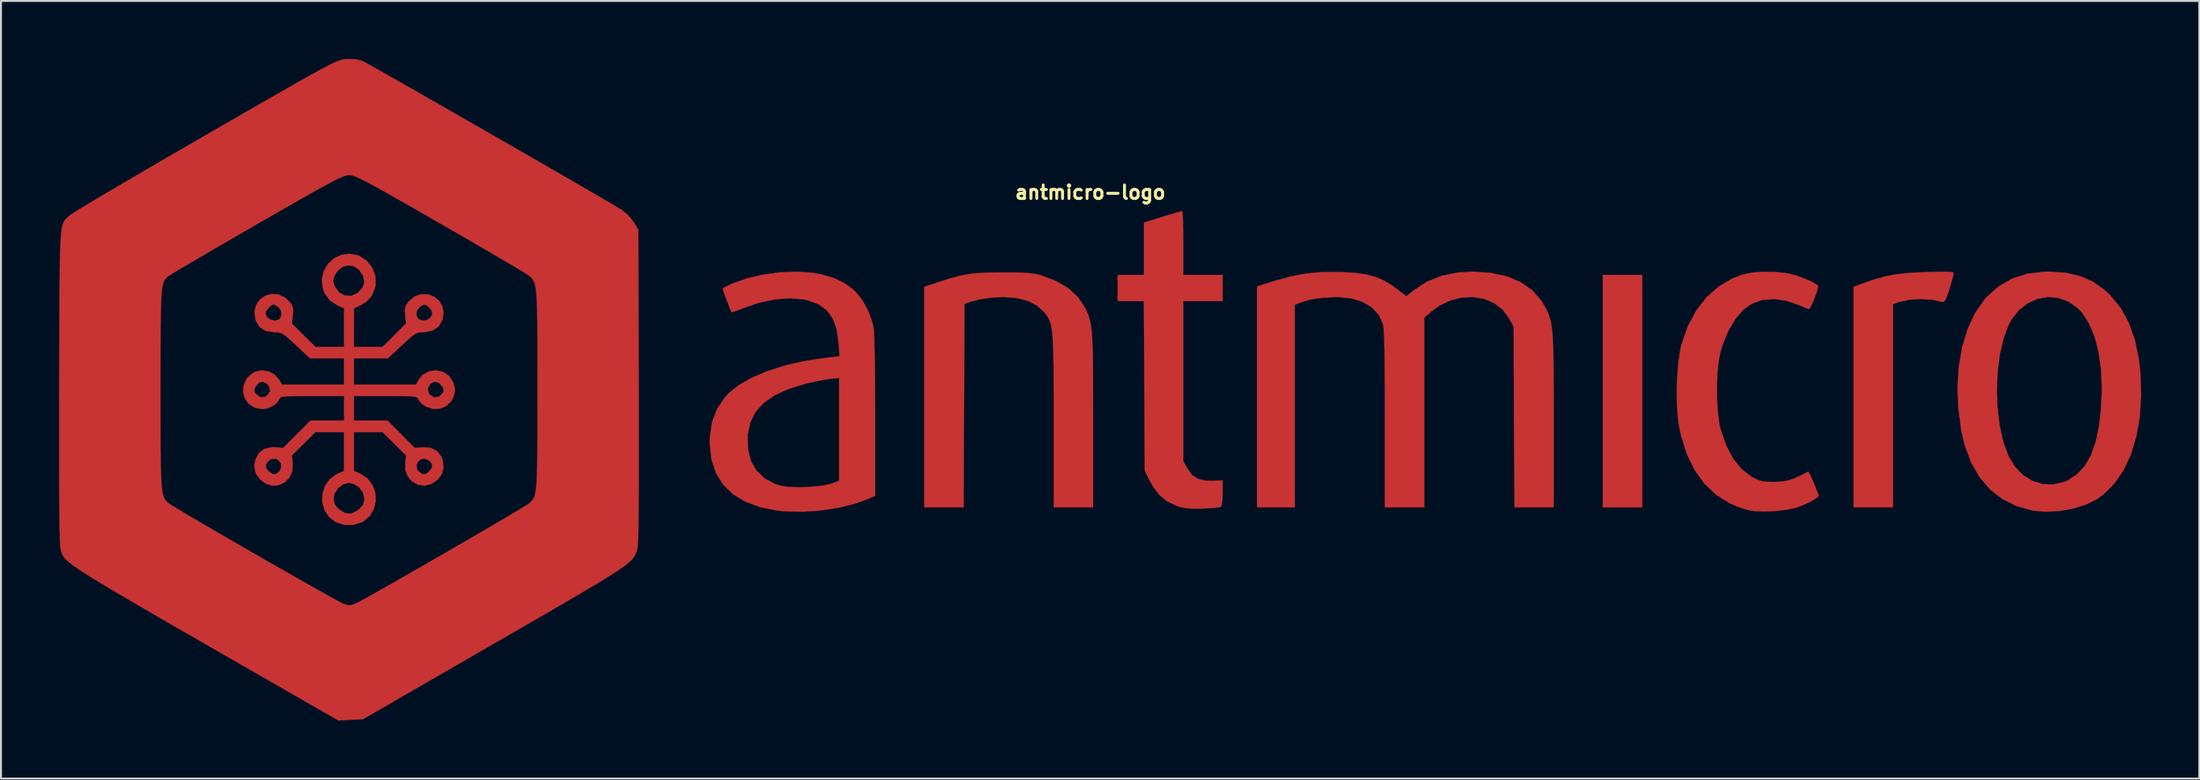
<source format=kicad_pcb>
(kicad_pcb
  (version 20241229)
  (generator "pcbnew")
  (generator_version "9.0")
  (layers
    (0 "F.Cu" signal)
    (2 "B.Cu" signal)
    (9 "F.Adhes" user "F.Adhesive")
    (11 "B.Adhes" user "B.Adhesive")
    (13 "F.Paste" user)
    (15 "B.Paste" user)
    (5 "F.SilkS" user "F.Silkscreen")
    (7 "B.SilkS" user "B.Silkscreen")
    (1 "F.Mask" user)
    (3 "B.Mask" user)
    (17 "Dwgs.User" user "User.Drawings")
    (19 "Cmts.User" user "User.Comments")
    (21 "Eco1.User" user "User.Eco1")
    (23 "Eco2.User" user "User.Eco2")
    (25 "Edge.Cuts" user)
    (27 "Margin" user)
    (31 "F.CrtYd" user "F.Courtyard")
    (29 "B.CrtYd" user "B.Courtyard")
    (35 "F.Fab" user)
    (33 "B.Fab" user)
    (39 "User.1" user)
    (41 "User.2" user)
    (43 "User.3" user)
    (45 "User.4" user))
  (footprint "antmicro-logo"
    (layer "F.Cu")
    (at 57.004 17.609)
    (property "Reference" "antmicro-logo" (at -7.701 -10.301 0) (layer "F.SilkS") (effects (font (size 0.7 0.7) (thickness 0.15)) (justify left bottom)))
    (attr exclude_from_pos_files exclude_from_bom)
    (fp_poly (pts (xy 24.774 5.579) (xy 22.742 5.579) (xy 22.742 -6.443) (xy 24.774 -6.443) (xy 24.774 5.579)) (stroke (width 0.01) (type solid)) (fill yes) (layer "F.Cu"))
    (fp_poly (pts (xy 40.647 -6.599) (xy 40.799 -6.578) (xy 40.858 -6.542) (xy 40.861 -6.531) (xy 40.837 -6.406) (xy 40.773 -6.165) (xy 40.681 -5.849) (xy 40.638 -5.712) (xy 40.525 -5.366) (xy 40.438 -5.157) (xy 40.363 -5.058) (xy 40.285 -5.042) (xy 40.266 -5.047) (xy 39.739 -5.159) (xy 39.151 -5.196) (xy 38.569 -5.159) (xy 38.058 -5.048) (xy 37.961 -5.014) (xy 37.728 -4.923) (xy 37.728 5.579) (xy 35.696 5.579) (xy 35.696 -5.833) (xy 36.31 -6.053) (xy 36.843 -6.232) (xy 37.331 -6.366) (xy 37.82 -6.461) (xy 38.357 -6.526) (xy 38.987 -6.569) (xy 39.443 -6.587) (xy 39.988 -6.603) (xy 40.383 -6.607) (xy 40.647 -6.599)) (stroke (width 0.01) (type solid)) (fill yes) (layer "F.Cu"))
    (fp_poly (pts (xy 1.028 -9.665) (xy 1.043 -9.441) (xy 1.056 -9.099) (xy 1.064 -8.664) (xy 1.067 -8.163) (xy 1.068 -8.094) (xy 1.068 -6.443) (xy 3.1 -6.443) (xy 3.1 -5.088) (xy 1.068 -5.088) (xy 1.068 3.182) (xy 1.26 3.546) (xy 1.508 3.893) (xy 1.826 4.108) (xy 2.241 4.203) (xy 2.571 4.208) (xy 3.1 4.182) (xy 3.1 4.834) (xy 3.085 5.235) (xy 3.041 5.478) (xy 2.994 5.551) (xy 2.868 5.582) (xy 2.615 5.611) (xy 2.276 5.633) (xy 2.041 5.643) (xy 1.577 5.647) (xy 1.227 5.624) (xy 0.937 5.568) (xy 0.746 5.508) (xy 0.231 5.265) (xy -0.179 4.927) (xy -0.519 4.464) (xy -0.626 4.268) (xy -0.922 3.692) (xy -0.946 -0.698) (xy -0.97 -5.088) (xy -2.319 -5.088) (xy -2.319 -6.443) (xy -0.964 -6.443) (xy -0.964 -9.147) (xy -0.006 -9.446) (xy 0.373 -9.563) (xy 0.691 -9.658) (xy 0.915 -9.722) (xy 1.01 -9.745) (xy 1.028 -9.665)) (stroke (width 0.01) (type solid)) (fill yes) (layer "F.Cu"))
    (fp_poly (pts (xy -7.659 -6.566) (xy -7.208 -6.554) (xy -6.862 -6.531) (xy -6.587 -6.494) (xy -6.351 -6.441) (xy -6.26 -6.414) (xy -5.492 -6.121) (xy -4.872 -5.756) (xy -4.39 -5.313) (xy -4.074 -4.854) (xy -3.972 -4.664) (xy -3.886 -4.484) (xy -3.814 -4.3) (xy -3.755 -4.097) (xy -3.707 -3.86) (xy -3.669 -3.573) (xy -3.641 -3.221) (xy -3.62 -2.791) (xy -3.606 -2.266) (xy -3.597 -1.631) (xy -3.592 -0.872) (xy -3.59 0.027) (xy -3.589 1.068) (xy -3.589 5.579) (xy -5.621 5.579) (xy -5.621 1.108) (xy -5.622 0.055) (xy -5.624 -0.843) (xy -5.629 -1.599) (xy -5.639 -2.229) (xy -5.654 -2.746) (xy -5.676 -3.165) (xy -5.707 -3.5) (xy -5.747 -3.765) (xy -5.798 -3.974) (xy -5.862 -4.141) (xy -5.939 -4.282) (xy -6.031 -4.409) (xy -6.139 -4.537) (xy -6.146 -4.544) (xy -6.496 -4.86) (xy -6.923 -5.082) (xy -7.463 -5.227) (xy -7.665 -5.259) (xy -8.233 -5.296) (xy -8.861 -5.265) (xy -9.471 -5.174) (xy -9.916 -5.055) (xy -10.235 -4.944) (xy -10.257 0.318) (xy -10.279 5.579) (xy -12.31 5.579) (xy -12.31 -5.829) (xy -11.527 -6.086) (xy -10.988 -6.256) (xy -10.53 -6.382) (xy -10.107 -6.469) (xy -9.675 -6.524) (xy -9.188 -6.555) (xy -8.6 -6.567) (xy -8.246 -6.569) (xy -7.659 -6.566)) (stroke (width 0.01) (type solid)) (fill yes) (layer "F.Cu"))
    (fp_poly (pts (xy 16.95 -6.549) (xy 17.776 -6.369) (xy 18.487 -6.071) (xy 19.079 -5.657) (xy 19.55 -5.128) (xy 19.775 -4.75) (xy 19.865 -4.567) (xy 19.941 -4.391) (xy 20.005 -4.206) (xy 20.057 -3.996) (xy 20.099 -3.748) (xy 20.132 -3.446) (xy 20.158 -3.075) (xy 20.176 -2.62) (xy 20.188 -2.067) (xy 20.196 -1.4) (xy 20.2 -0.603) (xy 20.202 0.337) (xy 20.202 1.096) (xy 20.202 5.579) (xy 18.176 5.579) (xy 18.152 0.902) (xy 18.128 -3.776) (xy 17.881 -4.222) (xy 17.545 -4.666) (xy 17.108 -4.994) (xy 16.594 -5.205) (xy 16.03 -5.298) (xy 15.439 -5.269) (xy 14.847 -5.118) (xy 14.279 -4.841) (xy 13.873 -4.542) (xy 13.513 -4.229) (xy 13.513 5.579) (xy 11.481 5.579) (xy 11.481 0.996) (xy 11.48 -0.154) (xy 11.475 -1.14) (xy 11.468 -1.968) (xy 11.457 -2.643) (xy 11.443 -3.171) (xy 11.425 -3.558) (xy 11.403 -3.808) (xy 11.385 -3.91) (xy 11.158 -4.389) (xy 10.799 -4.772) (xy 10.317 -5.055) (xy 9.725 -5.233) (xy 9.032 -5.301) (xy 8.33 -5.265) (xy 7.947 -5.218) (xy 7.673 -5.174) (xy 7.446 -5.119) (xy 7.206 -5.04) (xy 7.058 -4.986) (xy 6.825 -4.899) (xy 6.825 5.579) (xy 4.878 5.579) (xy 4.878 -5.843) (xy 5.684 -6.101) (xy 6.592 -6.358) (xy 7.441 -6.518) (xy 8.302 -6.592) (xy 9.195 -6.591) (xy 9.913 -6.549) (xy 10.5 -6.468) (xy 10.996 -6.339) (xy 11.438 -6.149) (xy 11.863 -5.889) (xy 12.038 -5.761) (xy 12.594 -5.341) (xy 12.948 -5.628) (xy 13.633 -6.081) (xy 14.403 -6.394) (xy 15.264 -6.568) (xy 16.011 -6.61) (xy 16.95 -6.549)) (stroke (width 0.01) (type solid)) (fill yes) (layer "F.Cu"))
    (fp_poly (pts (xy 46.634 -6.555) (xy 47.391 -6.382) (xy 48.061 -6.086) (xy 48.666 -5.657) (xy 48.946 -5.395) (xy 49.482 -4.739) (xy 49.907 -3.968) (xy 50.222 -3.076) (xy 50.43 -2.059) (xy 50.503 -1.4) (xy 50.544 -0.216) (xy 50.474 0.891) (xy 50.298 1.911) (xy 50.019 2.833) (xy 49.641 3.647) (xy 49.166 4.342) (xy 48.599 4.908) (xy 48.247 5.162) (xy 47.692 5.437) (xy 47.032 5.643) (xy 46.318 5.768) (xy 45.604 5.805) (xy 44.954 5.746) (xy 44.119 5.517) (xy 43.379 5.15) (xy 42.736 4.647) (xy 42.196 4.012) (xy 41.759 3.25) (xy 41.43 2.362) (xy 41.251 1.59) (xy 41.1 0.443) (xy 41.068 -0.478) (xy 43.092 -0.478) (xy 43.129 0.467) (xy 43.242 1.376) (xy 43.432 2.211) (xy 43.689 2.916) (xy 44.02 3.472) (xy 44.44 3.907) (xy 44.927 4.211) (xy 45.46 4.378) (xy 46.019 4.397) (xy 46.58 4.26) (xy 46.767 4.177) (xy 47.243 3.864) (xy 47.637 3.436) (xy 47.954 2.883) (xy 48.198 2.198) (xy 48.372 1.371) (xy 48.474 0.499) (xy 48.517 -0.563) (xy 48.474 -1.552) (xy 48.347 -2.454) (xy 48.14 -3.253) (xy 47.855 -3.935) (xy 47.497 -4.484) (xy 47.275 -4.721) (xy 46.792 -5.063) (xy 46.267 -5.254) (xy 45.725 -5.3) (xy 45.189 -5.206) (xy 44.683 -4.977) (xy 44.229 -4.62) (xy 43.851 -4.14) (xy 43.705 -3.869) (xy 43.438 -3.155) (xy 43.247 -2.326) (xy 43.132 -1.422) (xy 43.092 -0.478) (xy 41.068 -0.478) (xy 41.062 -0.672) (xy 41.132 -1.737) (xy 41.309 -2.735) (xy 41.587 -3.648) (xy 41.965 -4.458) (xy 42.438 -5.148) (xy 42.578 -5.308) (xy 43.186 -5.85) (xy 43.874 -6.246) (xy 44.646 -6.497) (xy 45.507 -6.606) (xy 45.768 -6.611) (xy 46.634 -6.555)) (stroke (width 0.01) (type solid)) (fill yes) (layer "F.Cu"))
    (fp_poly (pts (xy 31.592 -6.597) (xy 32.149 -6.543) (xy 32.459 -6.485) (xy 32.779 -6.393) (xy 33.122 -6.268) (xy 33.444 -6.129) (xy 33.702 -5.997) (xy 33.849 -5.889) (xy 33.861 -5.873) (xy 33.852 -5.768) (xy 33.791 -5.561) (xy 33.697 -5.301) (xy 33.59 -5.037) (xy 33.488 -4.818) (xy 33.411 -4.691) (xy 33.391 -4.677) (xy 33.286 -4.708) (xy 33.078 -4.791) (xy 32.868 -4.884) (xy 32.22 -5.109) (xy 31.579 -5.196) (xy 30.974 -5.145) (xy 30.443 -4.96) (xy 30 -4.643) (xy 29.594 -4.177) (xy 29.238 -3.584) (xy 28.944 -2.881) (xy 28.819 -2.476) (xy 28.721 -1.977) (xy 28.658 -1.362) (xy 28.63 -0.683) (xy 28.637 0.012) (xy 28.679 0.672) (xy 28.756 1.246) (xy 28.82 1.529) (xy 29.107 2.37) (xy 29.468 3.06) (xy 29.905 3.6) (xy 30.418 3.993) (xy 30.458 4.016) (xy 30.717 4.147) (xy 30.946 4.223) (xy 31.208 4.257) (xy 31.572 4.264) (xy 31.59 4.264) (xy 31.971 4.247) (xy 32.306 4.191) (xy 32.645 4.078) (xy 33.04 3.895) (xy 33.336 3.738) (xy 33.373 3.762) (xy 33.437 3.873) (xy 33.536 4.089) (xy 33.678 4.427) (xy 33.87 4.905) (xy 33.889 4.95) (xy 33.841 5.042) (xy 33.669 5.169) (xy 33.407 5.315) (xy 33.091 5.459) (xy 32.756 5.583) (xy 32.669 5.609) (xy 32.213 5.706) (xy 31.665 5.769) (xy 31.096 5.792) (xy 30.579 5.772) (xy 30.362 5.744) (xy 30.045 5.663) (xy 29.663 5.529) (xy 29.304 5.373) (xy 28.601 4.936) (xy 27.994 4.362) (xy 27.486 3.654) (xy 27.08 2.817) (xy 26.777 1.855) (xy 26.676 1.386) (xy 26.603 0.832) (xy 26.564 0.175) (xy 26.559 -0.537) (xy 26.586 -1.256) (xy 26.643 -1.934) (xy 26.729 -2.525) (xy 26.802 -2.845) (xy 27.131 -3.782) (xy 27.565 -4.599) (xy 28.1 -5.289) (xy 28.729 -5.846) (xy 29.446 -6.265) (xy 30.018 -6.477) (xy 30.463 -6.564) (xy 31.009 -6.604) (xy 31.592 -6.597)) (stroke (width 0.01) (type solid)) (fill yes) (layer "F.Cu"))
    (fp_poly (pts (xy -18.101 -6.555) (xy -17.565 -6.455) (xy -16.957 -6.268) (xy -16.466 -6.037) (xy -16.042 -5.734) (xy -15.833 -5.541) (xy -15.525 -5.157) (xy -15.249 -4.665) (xy -15.035 -4.127) (xy -14.936 -3.743) (xy -14.917 -3.552) (xy -14.899 -3.207) (xy -14.884 -2.72) (xy -14.871 -2.106) (xy -14.861 -1.379) (xy -14.854 -0.553) (xy -14.85 0.358) (xy -14.85 0.846) (xy -14.85 4.979) (xy -15.247 5.154) (xy -15.957 5.41) (xy -16.78 5.607) (xy -17.667 5.74) (xy -18.57 5.803) (xy -19.439 5.789) (xy -19.897 5.745) (xy -20.795 5.566) (xy -21.563 5.281) (xy -22.198 4.893) (xy -22.7 4.403) (xy -23.067 3.812) (xy -23.298 3.122) (xy -23.39 2.335) (xy -23.386 1.941) (xy -23.375 1.866) (xy -21.435 1.866) (xy -21.419 2.566) (xy -21.267 3.172) (xy -20.981 3.677) (xy -20.566 4.077) (xy -20.024 4.367) (xy -19.765 4.453) (xy -19.433 4.51) (xy -18.99 4.536) (xy -18.487 4.533) (xy -17.98 4.503) (xy -17.522 4.448) (xy -17.166 4.371) (xy -17.115 4.354) (xy -16.712 4.209) (xy -16.712 -1.121) (xy -17.199 -1.063) (xy -17.51 -1.014) (xy -17.912 -0.935) (xy -18.334 -0.84) (xy -18.467 -0.808) (xy -19.335 -0.541) (xy -20.048 -0.213) (xy -20.609 0.179) (xy -21.024 0.64) (xy -21.295 1.173) (xy -21.428 1.782) (xy -21.435 1.866) (xy -23.375 1.866) (xy -23.275 1.178) (xy -23.02 0.5) (xy -22.615 -0.101) (xy -22.385 -0.348) (xy -21.875 -0.752) (xy -21.22 -1.125) (xy -20.441 -1.458) (xy -19.56 -1.741) (xy -18.6 -1.968) (xy -17.582 -2.131) (xy -17.567 -2.132) (xy -16.689 -2.239) (xy -16.74 -2.958) (xy -16.838 -3.636) (xy -17.033 -4.18) (xy -17.333 -4.601) (xy -17.748 -4.91) (xy -18.285 -5.117) (xy -18.542 -5.175) (xy -19.242 -5.236) (xy -20.02 -5.178) (xy -20.84 -5.005) (xy -21.665 -4.725) (xy -21.738 -4.695) (xy -21.998 -4.592) (xy -22.189 -4.528) (xy -22.265 -4.517) (xy -22.308 -4.606) (xy -22.389 -4.805) (xy -22.49 -5.065) (xy -22.591 -5.335) (xy -22.674 -5.567) (xy -22.72 -5.71) (xy -22.724 -5.73) (xy -22.653 -5.785) (xy -22.469 -5.883) (xy -22.262 -5.979) (xy -21.502 -6.254) (xy -20.659 -6.454) (xy -19.781 -6.574) (xy -18.912 -6.609) (xy -18.101 -6.555)) (stroke (width 0.01) (type solid)) (fill yes) (layer "F.Cu"))
    (fp_poly (pts (xy -41.703 -17.596) (xy -41.353 -17.516) (xy -41.347 -17.514) (xy -41.237 -17.456) (xy -40.993 -17.321) (xy -40.628 -17.117) (xy -40.156 -16.849) (xy -39.589 -16.527) (xy -38.94 -16.157) (xy -38.222 -15.747) (xy -37.448 -15.304) (xy -36.631 -14.835) (xy -35.784 -14.349) (xy -34.919 -13.852) (xy -34.051 -13.353) (xy -33.19 -12.857) (xy -32.352 -12.374) (xy -31.548 -11.91) (xy -30.791 -11.472) (xy -30.095 -11.069) (xy -29.472 -10.707) (xy -28.936 -10.395) (xy -28.498 -10.138) (xy -28.173 -9.946) (xy -27.972 -9.825) (xy -27.949 -9.811) (xy -27.59 -9.516) (xy -27.314 -9.163) (xy -27.084 -8.772) (xy -27.061 -0.701) (xy -27.058 0.843) (xy -27.057 2.236) (xy -27.058 3.477) (xy -27.061 4.562) (xy -27.067 5.49) (xy -27.075 6.259) (xy -27.085 6.866) (xy -27.097 7.31) (xy -27.112 7.589) (xy -27.125 7.689) (xy -27.159 7.817) (xy -27.196 7.933) (xy -27.244 8.044) (xy -27.312 8.155) (xy -27.408 8.273) (xy -27.542 8.403) (xy -27.722 8.551) (xy -27.957 8.723) (xy -28.256 8.925) (xy -28.628 9.162) (xy -29.081 9.441) (xy -29.624 9.767) (xy -30.266 10.146) (xy -31.016 10.585) (xy -31.883 11.088) (xy -32.874 11.662) (xy -34 12.313) (xy -34.502 12.602) (xy -41.308 16.535) (xy -41.943 16.568) (xy -42.578 16.6) (xy -45.076 15.164) (xy -46.605 14.284) (xy -47.995 13.485) (xy -49.252 12.762) (xy -50.382 12.111) (xy -51.393 11.528) (xy -52.291 11.007) (xy -53.084 10.546) (xy -53.778 10.139) (xy -54.379 9.783) (xy -54.895 9.473) (xy -55.333 9.204) (xy -55.699 8.973) (xy -56 8.775) (xy -56.242 8.607) (xy -56.434 8.462) (xy -56.58 8.338) (xy -56.69 8.231) (xy -56.768 8.135) (xy -56.822 8.046) (xy -56.859 7.96) (xy -56.885 7.874) (xy -56.908 7.782) (xy -56.931 7.689) (xy -56.947 7.541) (xy -56.961 7.225) (xy -56.973 6.744) (xy -56.983 6.1) (xy -56.99 5.294) (xy -56.995 4.33) (xy -56.998 3.208) (xy -56.999 1.932) (xy -56.997 0.502) (xy -56.995 -0.517) (xy -51.765 -0.517) (xy -51.764 0.584) (xy -51.763 1.528) (xy -51.761 2.329) (xy -51.755 2.999) (xy -51.746 3.552) (xy -51.732 3.999) (xy -51.712 4.356) (xy -51.686 4.633) (xy -51.653 4.845) (xy -51.61 5.003) (xy -51.559 5.122) (xy -51.497 5.214) (xy -51.424 5.292) (xy -51.338 5.368) (xy -51.331 5.374) (xy -51.217 5.452) (xy -50.973 5.603) (xy -50.615 5.818) (xy -50.157 6.09) (xy -49.617 6.407) (xy -49.01 6.762) (xy -48.352 7.144) (xy -47.659 7.545) (xy -46.947 7.956) (xy -46.232 8.367) (xy -45.529 8.769) (xy -44.856 9.154) (xy -44.227 9.511) (xy -43.659 9.832) (xy -43.168 10.107) (xy -42.77 10.328) (xy -42.48 10.485) (xy -42.314 10.568) (xy -42.288 10.579) (xy -42.078 10.636) (xy -41.931 10.639) (xy -41.758 10.584) (xy -41.654 10.541) (xy -41.513 10.47) (xy -41.245 10.325) (xy -40.865 10.114) (xy -40.391 9.846) (xy -39.836 9.532) (xy -39.219 9.179) (xy -38.555 8.798) (xy -37.86 8.398) (xy -37.149 7.988) (xy -36.44 7.577) (xy -35.748 7.175) (xy -35.089 6.791) (xy -34.479 6.434) (xy -33.935 6.113) (xy -33.471 5.838) (xy -33.105 5.618) (xy -32.853 5.462) (xy -32.729 5.38) (xy -32.725 5.376) (xy -32.638 5.299) (xy -32.564 5.221) (xy -32.501 5.13) (xy -32.449 5.013) (xy -32.406 4.858) (xy -32.372 4.651) (xy -32.345 4.379) (xy -32.325 4.03) (xy -32.311 3.589) (xy -32.301 3.046) (xy -32.295 2.386) (xy -32.292 1.596) (xy -32.291 0.664) (xy -32.291 -0.423) (xy -32.291 -0.517) (xy -32.291 -1.622) (xy -32.292 -2.571) (xy -32.295 -3.376) (xy -32.3 -4.051) (xy -32.31 -4.607) (xy -32.325 -5.059) (xy -32.347 -5.418) (xy -32.376 -5.698) (xy -32.414 -5.912) (xy -32.461 -6.071) (xy -32.52 -6.191) (xy -32.59 -6.282) (xy -32.674 -6.358) (xy -32.772 -6.432) (xy -32.811 -6.461) (xy -32.936 -6.541) (xy -33.193 -6.697) (xy -33.569 -6.921) (xy -34.049 -7.204) (xy -34.621 -7.539) (xy -35.269 -7.917) (xy -35.98 -8.33) (xy -36.739 -8.77) (xy -37.379 -9.139) (xy -38.294 -9.666) (xy -39.075 -10.113) (xy -39.732 -10.487) (xy -40.279 -10.795) (xy -40.726 -11.042) (xy -41.086 -11.235) (xy -41.37 -11.38) (xy -41.59 -11.484) (xy -41.758 -11.552) (xy -41.885 -11.591) (xy -41.983 -11.607) (xy -42.019 -11.608) (xy -42.107 -11.6) (xy -42.22 -11.572) (xy -42.367 -11.517) (xy -42.562 -11.431) (xy -42.814 -11.305) (xy -43.137 -11.135) (xy -43.541 -10.914) (xy -44.038 -10.636) (xy -44.64 -10.295) (xy -45.357 -9.885) (xy -46.203 -9.399) (xy -46.794 -9.057) (xy -47.59 -8.597) (xy -48.346 -8.159) (xy -49.047 -7.751) (xy -49.681 -7.381) (xy -50.234 -7.056) (xy -50.693 -6.785) (xy -51.045 -6.575) (xy -51.277 -6.433) (xy -51.374 -6.369) (xy -51.452 -6.299) (xy -51.519 -6.225) (xy -51.575 -6.134) (xy -51.622 -6.013) (xy -51.661 -5.85) (xy -51.692 -5.631) (xy -51.716 -5.344) (xy -51.734 -4.975) (xy -51.747 -4.513) (xy -51.756 -3.943) (xy -51.761 -3.254) (xy -51.763 -2.432) (xy -51.764 -1.464) (xy -51.765 -0.517) (xy -56.995 -0.517) (xy -56.994 -0.701) (xy -56.991 -2.073) (xy -56.988 -3.286) (xy -56.984 -4.35) (xy -56.98 -5.276) (xy -56.975 -6.074) (xy -56.967 -6.754) (xy -56.956 -7.327) (xy -56.943 -7.803) (xy -56.925 -8.192) (xy -56.902 -8.505) (xy -56.874 -8.752) (xy -56.84 -8.943) (xy -56.799 -9.089) (xy -56.751 -9.2) (xy -56.695 -9.286) (xy -56.63 -9.357) (xy -56.556 -9.425) (xy -56.473 -9.499) (xy -56.437 -9.532) (xy -56.329 -9.608) (xy -56.085 -9.761) (xy -55.716 -9.986) (xy -55.232 -10.277) (xy -54.644 -10.626) (xy -53.963 -11.028) (xy -53.2 -11.476) (xy -52.365 -11.965) (xy -51.469 -12.487) (xy -50.523 -13.036) (xy -49.538 -13.606) (xy -49.433 -13.667) (xy -48.284 -14.33) (xy -47.272 -14.914) (xy -46.388 -15.423) (xy -45.622 -15.863) (xy -44.965 -16.238) (xy -44.407 -16.555) (xy -43.938 -16.817) (xy -43.549 -17.031) (xy -43.231 -17.201) (xy -42.974 -17.333) (xy -42.769 -17.431) (xy -42.605 -17.501) (xy -42.475 -17.548) (xy -42.367 -17.577) (xy -42.273 -17.593) (xy -42.183 -17.602) (xy -42.157 -17.604) (xy -41.703 -17.596)) (stroke (width 0.01) (type solid)) (fill yes) (layer "F.Cu"))
    (fp_poly (pts (xy -41.572 -7.457) (xy -41.496 -7.427) (xy -41.107 -7.175) (xy -40.824 -6.815) (xy -40.665 -6.387) (xy -40.65 -5.928) (xy -40.671 -5.815) (xy -40.839 -5.381) (xy -41.13 -5.056) (xy -41.423 -4.877) (xy -41.774 -4.708) (xy -41.774 -2.718) (xy -40.296 -2.718) (xy -39.688 -3.322) (xy -39.079 -3.927) (xy -39.124 -4.362) (xy -39.125 -4.371) (xy -38.55 -4.371) (xy -38.455 -4.174) (xy -38.258 -4.082) (xy -38.019 -4.102) (xy -37.843 -4.206) (xy -37.722 -4.404) (xy -37.764 -4.607) (xy -37.879 -4.75) (xy -38.04 -4.886) (xy -38.174 -4.9) (xy -38.355 -4.797) (xy -38.368 -4.787) (xy -38.518 -4.6) (xy -38.55 -4.371) (xy -39.125 -4.371) (xy -39.14 -4.641) (xy -39.103 -4.831) (xy -38.992 -5.006) (xy -38.942 -5.068) (xy -38.634 -5.328) (xy -38.296 -5.447) (xy -37.955 -5.44) (xy -37.641 -5.323) (xy -37.381 -5.112) (xy -37.205 -4.822) (xy -37.142 -4.469) (xy -37.201 -4.117) (xy -37.392 -3.783) (xy -37.698 -3.569) (xy -38.106 -3.481) (xy -38.176 -3.48) (xy -38.352 -3.474) (xy -38.499 -3.442) (xy -38.649 -3.365) (xy -38.835 -3.223) (xy -39.09 -2.995) (xy -39.297 -2.802) (xy -40.021 -2.125) (xy -41.774 -2.125) (xy -41.774 -0.771) (xy -38.561 -0.771) (xy -38.435 -1.013) (xy -38.206 -1.289) (xy -37.89 -1.454) (xy -37.533 -1.503) (xy -37.179 -1.431) (xy -36.876 -1.232) (xy -36.847 -1.201) (xy -36.628 -0.858) (xy -36.555 -0.508) (xy -36.608 -0.176) (xy -36.766 0.114) (xy -37.009 0.338) (xy -37.317 0.472) (xy -37.669 0.49) (xy -38.045 0.369) (xy -38.121 0.326) (xy -38.317 0.172) (xy -38.438 0.015) (xy -38.448 -0.013) (xy -38.472 -0.07) (xy -38.524 -0.112) (xy -38.626 -0.141) (xy -38.802 -0.16) (xy -39.074 -0.171) (xy -39.466 -0.176) (xy -39.999 -0.178) (xy -40.133 -0.178) (xy -41.774 -0.178) (xy -41.774 1.092) (xy -40.034 1.092) (xy -38.629 2.505) (xy -38.233 2.471) (xy -37.808 2.501) (xy -37.478 2.666) (xy -37.254 2.959) (xy -37.195 3.112) (xy -37.138 3.517) (xy -37.235 3.867) (xy -37.447 4.145) (xy -37.775 4.374) (xy -38.124 4.457) (xy -38.462 4.41) (xy -38.761 4.247) (xy -38.989 3.984) (xy -39.116 3.636) (xy -39.121 3.382) (xy -38.54 3.382) (xy -38.513 3.592) (xy -38.432 3.714) (xy -38.239 3.863) (xy -38.053 3.851) (xy -37.879 3.717) (xy -37.732 3.51) (xy -37.746 3.325) (xy -37.872 3.173) (xy -38.086 3.063) (xy -38.292 3.083) (xy -38.455 3.201) (xy -38.54 3.382) (xy -39.121 3.382) (xy -39.123 3.297) (xy -39.076 2.897) (xy -40.296 1.685) (xy -41.774 1.685) (xy -41.774 3.691) (xy -41.425 3.849) (xy -41.058 4.096) (xy -40.806 4.435) (xy -40.668 4.831) (xy -40.645 5.25) (xy -40.739 5.658) (xy -40.951 6.02) (xy -41.281 6.303) (xy -41.356 6.344) (xy -41.799 6.483) (xy -42.271 6.483) (xy -42.71 6.344) (xy -42.718 6.34) (xy -43.065 6.071) (xy -43.293 5.717) (xy -43.404 5.313) (xy -43.401 5.114) (xy -42.824 5.114) (xy -42.789 5.366) (xy -42.66 5.569) (xy -42.551 5.675) (xy -42.238 5.875) (xy -41.93 5.905) (xy -41.619 5.767) (xy -41.504 5.675) (xy -41.315 5.465) (xy -41.239 5.247) (xy -41.232 5.114) (xy -41.308 4.806) (xy -41.507 4.54) (xy -41.782 4.36) (xy -42.028 4.309) (xy -42.332 4.387) (xy -42.596 4.587) (xy -42.774 4.865) (xy -42.824 5.114) (xy -43.401 5.114) (xy -43.397 4.892) (xy -43.276 4.49) (xy -43.04 4.14) (xy -42.691 3.877) (xy -42.631 3.849) (xy -42.282 3.691) (xy -42.282 1.685) (xy -43.76 1.685) (xy -44.98 2.897) (xy -44.933 3.297) (xy -44.954 3.703) (xy -45.101 4.037) (xy -45.344 4.284) (xy -45.651 4.427) (xy -45.994 4.453) (xy -46.341 4.344) (xy -46.608 4.145) (xy -46.844 3.82) (xy -46.919 3.465) (xy -46.901 3.36) (xy -46.324 3.36) (xy -46.308 3.547) (xy -46.177 3.717) (xy -45.97 3.864) (xy -45.786 3.85) (xy -45.629 3.72) (xy -45.523 3.502) (xy -45.551 3.281) (xy -45.698 3.115) (xy -45.8 3.073) (xy -46.05 3.085) (xy -46.18 3.17) (xy -46.324 3.36) (xy -46.901 3.36) (xy -46.86 3.112) (xy -46.681 2.769) (xy -46.392 2.552) (xy -46.005 2.467) (xy -45.823 2.471) (xy -45.427 2.505) (xy -44.021 1.092) (xy -42.282 1.092) (xy -42.282 -0.178) (xy -43.927 -0.178) (xy -44.494 -0.177) (xy -44.914 -0.173) (xy -45.21 -0.164) (xy -45.406 -0.147) (xy -45.524 -0.12) (xy -45.588 -0.081) (xy -45.62 -0.027) (xy -45.628 -0.003) (xy -45.765 0.192) (xy -46.01 0.363) (xy -46.304 0.475) (xy -46.498 0.499) (xy -46.889 0.428) (xy -47.195 0.237) (xy -47.401 -0.044) (xy -47.495 -0.381) (xy -47.485 -0.497) (xy -46.927 -0.497) (xy -46.902 -0.375) (xy -46.817 -0.268) (xy -46.595 -0.115) (xy -46.369 -0.126) (xy -46.225 -0.226) (xy -46.103 -0.444) (xy -46.129 -0.586) (xy -37.951 -0.586) (xy -37.919 -0.349) (xy -37.831 -0.226) (xy -37.614 -0.104) (xy -37.387 -0.147) (xy -37.239 -0.268) (xy -37.136 -0.409) (xy -37.141 -0.536) (xy -37.207 -0.67) (xy -37.387 -0.866) (xy -37.602 -0.921) (xy -37.811 -0.826) (xy -37.826 -0.811) (xy -37.951 -0.586) (xy -46.129 -0.586) (xy -46.145 -0.672) (xy -46.255 -0.807) (xy -46.473 -0.921) (xy -46.679 -0.869) (xy -46.848 -0.67) (xy -46.927 -0.497) (xy -47.485 -0.497) (xy -47.464 -0.743) (xy -47.293 -1.097) (xy -47.209 -1.201) (xy -46.907 -1.422) (xy -46.554 -1.507) (xy -46.194 -1.461) (xy -45.869 -1.288) (xy -45.639 -1.023) (xy -45.49 -0.771) (xy -42.282 -0.771) (xy -42.282 -2.125) (xy -44.035 -2.125) (xy -44.759 -2.802) (xy -45.071 -3.092) (xy -45.295 -3.284) (xy -45.462 -3.4) (xy -45.607 -3.458) (xy -45.763 -3.478) (xy -45.903 -3.48) (xy -46.319 -3.541) (xy -46.624 -3.727) (xy -46.825 -4.044) (xy -46.863 -4.154) (xy -46.9 -4.46) (xy -46.346 -4.46) (xy -46.273 -4.266) (xy -46.094 -4.132) (xy -45.87 -4.078) (xy -45.659 -4.129) (xy -45.601 -4.174) (xy -45.506 -4.374) (xy -45.539 -4.602) (xy -45.687 -4.787) (xy -45.85 -4.886) (xy -45.941 -4.919) (xy -46.064 -4.856) (xy -46.21 -4.709) (xy -46.32 -4.545) (xy -46.346 -4.46) (xy -46.9 -4.46) (xy -46.911 -4.551) (xy -46.823 -4.895) (xy -46.627 -5.171) (xy -46.354 -5.362) (xy -46.031 -5.455) (xy -45.687 -5.435) (xy -45.352 -5.285) (xy -45.114 -5.068) (xy -44.978 -4.881) (xy -44.92 -4.704) (xy -44.922 -4.46) (xy -44.932 -4.362) (xy -44.977 -3.927) (xy -44.368 -3.322) (xy -43.76 -2.718) (xy -42.282 -2.718) (xy -42.282 -4.717) (xy -42.618 -4.866) (xy -43.013 -5.121) (xy -43.279 -5.485) (xy -43.382 -5.765) (xy -43.422 -6.163) (xy -42.843 -6.163) (xy -42.811 -5.969) (xy -42.75 -5.826) (xy -42.534 -5.534) (xy -42.245 -5.375) (xy -41.923 -5.359) (xy -41.604 -5.495) (xy -41.567 -5.523) (xy -41.317 -5.793) (xy -41.233 -6.085) (xy -41.3 -6.394) (xy -41.505 -6.711) (xy -41.776 -6.892) (xy -42.078 -6.938) (xy -42.376 -6.85) (xy -42.635 -6.628) (xy -42.786 -6.368) (xy -42.843 -6.163) (xy -43.422 -6.163) (xy -43.428 -6.22) (xy -43.331 -6.64) (xy -43.116 -7.004) (xy -42.808 -7.289) (xy -42.432 -7.474) (xy -42.011 -7.537) (xy -41.572 -7.457)) (stroke (width 0.01) (type solid)) (fill yes) (layer "F.Cu"))
    (fp_poly (pts (xy 24.774 5.579) (xy 22.742 5.579) (xy 22.742 -6.443) (xy 24.774 -6.443) (xy 24.774 5.579)) (stroke (width 0.01) (type solid)) (fill yes) (layer "F.Mask"))
    (fp_poly (pts (xy 40.647 -6.599) (xy 40.799 -6.578) (xy 40.858 -6.542) (xy 40.861 -6.531) (xy 40.837 -6.406) (xy 40.773 -6.165) (xy 40.681 -5.849) (xy 40.638 -5.712) (xy 40.525 -5.366) (xy 40.438 -5.157) (xy 40.363 -5.058) (xy 40.285 -5.042) (xy 40.266 -5.047) (xy 39.739 -5.159) (xy 39.151 -5.196) (xy 38.569 -5.159) (xy 38.058 -5.048) (xy 37.961 -5.014) (xy 37.728 -4.923) (xy 37.728 5.579) (xy 35.696 5.579) (xy 35.696 -5.833) (xy 36.31 -6.053) (xy 36.843 -6.232) (xy 37.331 -6.366) (xy 37.82 -6.461) (xy 38.357 -6.526) (xy 38.987 -6.569) (xy 39.443 -6.587) (xy 39.988 -6.603) (xy 40.383 -6.607) (xy 40.647 -6.599)) (stroke (width 0.01) (type solid)) (fill yes) (layer "F.Mask"))
    (fp_poly (pts (xy 1.028 -9.665) (xy 1.043 -9.441) (xy 1.056 -9.099) (xy 1.064 -8.664) (xy 1.067 -8.163) (xy 1.068 -8.094) (xy 1.068 -6.443) (xy 3.1 -6.443) (xy 3.1 -5.088) (xy 1.068 -5.088) (xy 1.068 3.182) (xy 1.26 3.546) (xy 1.508 3.893) (xy 1.826 4.108) (xy 2.241 4.203) (xy 2.571 4.208) (xy 3.1 4.182) (xy 3.1 4.834) (xy 3.085 5.235) (xy 3.041 5.478) (xy 2.994 5.551) (xy 2.868 5.582) (xy 2.615 5.611) (xy 2.276 5.633) (xy 2.041 5.643) (xy 1.577 5.647) (xy 1.227 5.624) (xy 0.937 5.568) (xy 0.746 5.508) (xy 0.231 5.265) (xy -0.179 4.927) (xy -0.519 4.464) (xy -0.626 4.268) (xy -0.922 3.692) (xy -0.946 -0.698) (xy -0.97 -5.088) (xy -2.319 -5.088) (xy -2.319 -6.443) (xy -0.964 -6.443) (xy -0.964 -9.147) (xy -0.006 -9.446) (xy 0.373 -9.563) (xy 0.691 -9.658) (xy 0.915 -9.722) (xy 1.01 -9.745) (xy 1.028 -9.665)) (stroke (width 0.01) (type solid)) (fill yes) (layer "F.Mask"))
    (fp_poly (pts (xy -7.659 -6.566) (xy -7.208 -6.554) (xy -6.862 -6.531) (xy -6.587 -6.494) (xy -6.351 -6.441) (xy -6.26 -6.414) (xy -5.492 -6.121) (xy -4.872 -5.756) (xy -4.39 -5.313) (xy -4.074 -4.854) (xy -3.972 -4.664) (xy -3.886 -4.484) (xy -3.814 -4.3) (xy -3.755 -4.097) (xy -3.707 -3.86) (xy -3.669 -3.573) (xy -3.641 -3.221) (xy -3.62 -2.791) (xy -3.606 -2.266) (xy -3.597 -1.631) (xy -3.592 -0.872) (xy -3.59 0.027) (xy -3.589 1.068) (xy -3.589 5.579) (xy -5.621 5.579) (xy -5.621 1.108) (xy -5.622 0.055) (xy -5.624 -0.843) (xy -5.629 -1.599) (xy -5.639 -2.229) (xy -5.654 -2.746) (xy -5.676 -3.165) (xy -5.707 -3.5) (xy -5.747 -3.765) (xy -5.798 -3.974) (xy -5.862 -4.141) (xy -5.939 -4.282) (xy -6.031 -4.409) (xy -6.139 -4.537) (xy -6.146 -4.544) (xy -6.496 -4.86) (xy -6.923 -5.082) (xy -7.463 -5.227) (xy -7.665 -5.259) (xy -8.233 -5.296) (xy -8.861 -5.265) (xy -9.471 -5.174) (xy -9.916 -5.055) (xy -10.235 -4.944) (xy -10.257 0.318) (xy -10.279 5.579) (xy -12.31 5.579) (xy -12.31 -5.829) (xy -11.527 -6.086) (xy -10.988 -6.256) (xy -10.53 -6.382) (xy -10.107 -6.469) (xy -9.675 -6.524) (xy -9.188 -6.555) (xy -8.6 -6.567) (xy -8.246 -6.569) (xy -7.659 -6.566)) (stroke (width 0.01) (type solid)) (fill yes) (layer "F.Mask"))
    (fp_poly (pts (xy 16.95 -6.549) (xy 17.776 -6.369) (xy 18.487 -6.071) (xy 19.079 -5.657) (xy 19.55 -5.128) (xy 19.775 -4.75) (xy 19.865 -4.567) (xy 19.941 -4.391) (xy 20.005 -4.206) (xy 20.057 -3.996) (xy 20.099 -3.748) (xy 20.132 -3.446) (xy 20.158 -3.075) (xy 20.176 -2.62) (xy 20.188 -2.067) (xy 20.196 -1.4) (xy 20.2 -0.603) (xy 20.202 0.337) (xy 20.202 1.096) (xy 20.202 5.579) (xy 18.176 5.579) (xy 18.152 0.902) (xy 18.128 -3.776) (xy 17.881 -4.222) (xy 17.545 -4.666) (xy 17.108 -4.994) (xy 16.594 -5.205) (xy 16.03 -5.298) (xy 15.439 -5.269) (xy 14.847 -5.118) (xy 14.279 -4.841) (xy 13.873 -4.542) (xy 13.513 -4.229) (xy 13.513 5.579) (xy 11.481 5.579) (xy 11.481 0.996) (xy 11.48 -0.154) (xy 11.475 -1.14) (xy 11.468 -1.968) (xy 11.457 -2.643) (xy 11.443 -3.171) (xy 11.425 -3.558) (xy 11.403 -3.808) (xy 11.385 -3.91) (xy 11.158 -4.389) (xy 10.799 -4.772) (xy 10.317 -5.055) (xy 9.725 -5.233) (xy 9.032 -5.301) (xy 8.33 -5.265) (xy 7.947 -5.218) (xy 7.673 -5.174) (xy 7.446 -5.119) (xy 7.206 -5.04) (xy 7.058 -4.986) (xy 6.825 -4.899) (xy 6.825 5.579) (xy 4.878 5.579) (xy 4.878 -5.843) (xy 5.684 -6.101) (xy 6.592 -6.358) (xy 7.441 -6.518) (xy 8.302 -6.592) (xy 9.195 -6.591) (xy 9.913 -6.549) (xy 10.5 -6.468) (xy 10.996 -6.339) (xy 11.438 -6.149) (xy 11.863 -5.889) (xy 12.038 -5.761) (xy 12.594 -5.341) (xy 12.948 -5.628) (xy 13.633 -6.081) (xy 14.403 -6.394) (xy 15.264 -6.568) (xy 16.011 -6.61) (xy 16.95 -6.549)) (stroke (width 0.01) (type solid)) (fill yes) (layer "F.Mask"))
    (fp_poly (pts (xy 46.634 -6.555) (xy 47.391 -6.382) (xy 48.061 -6.086) (xy 48.666 -5.657) (xy 48.946 -5.395) (xy 49.482 -4.739) (xy 49.907 -3.968) (xy 50.222 -3.076) (xy 50.43 -2.059) (xy 50.503 -1.4) (xy 50.544 -0.216) (xy 50.474 0.891) (xy 50.298 1.911) (xy 50.019 2.833) (xy 49.641 3.647) (xy 49.166 4.342) (xy 48.599 4.908) (xy 48.247 5.162) (xy 47.692 5.437) (xy 47.032 5.643) (xy 46.318 5.768) (xy 45.604 5.805) (xy 44.954 5.746) (xy 44.119 5.517) (xy 43.379 5.15) (xy 42.736 4.647) (xy 42.196 4.012) (xy 41.759 3.25) (xy 41.43 2.362) (xy 41.251 1.59) (xy 41.1 0.443) (xy 41.068 -0.478) (xy 43.092 -0.478) (xy 43.129 0.467) (xy 43.242 1.376) (xy 43.432 2.211) (xy 43.689 2.916) (xy 44.02 3.472) (xy 44.44 3.907) (xy 44.927 4.211) (xy 45.46 4.378) (xy 46.019 4.397) (xy 46.58 4.26) (xy 46.767 4.177) (xy 47.243 3.864) (xy 47.637 3.436) (xy 47.954 2.883) (xy 48.198 2.198) (xy 48.372 1.371) (xy 48.474 0.499) (xy 48.517 -0.563) (xy 48.474 -1.552) (xy 48.347 -2.454) (xy 48.14 -3.253) (xy 47.855 -3.935) (xy 47.497 -4.484) (xy 47.275 -4.721) (xy 46.792 -5.063) (xy 46.267 -5.254) (xy 45.725 -5.3) (xy 45.189 -5.206) (xy 44.683 -4.977) (xy 44.229 -4.62) (xy 43.851 -4.14) (xy 43.705 -3.869) (xy 43.438 -3.155) (xy 43.247 -2.326) (xy 43.132 -1.422) (xy 43.092 -0.478) (xy 41.068 -0.478) (xy 41.062 -0.672) (xy 41.132 -1.737) (xy 41.309 -2.735) (xy 41.587 -3.648) (xy 41.965 -4.458) (xy 42.438 -5.148) (xy 42.578 -5.308) (xy 43.186 -5.85) (xy 43.874 -6.246) (xy 44.646 -6.497) (xy 45.507 -6.606) (xy 45.768 -6.611) (xy 46.634 -6.555)) (stroke (width 0.01) (type solid)) (fill yes) (layer "F.Mask"))
    (fp_poly (pts (xy 31.592 -6.597) (xy 32.149 -6.543) (xy 32.459 -6.485) (xy 32.779 -6.393) (xy 33.122 -6.268) (xy 33.444 -6.129) (xy 33.702 -5.997) (xy 33.849 -5.889) (xy 33.861 -5.873) (xy 33.852 -5.768) (xy 33.791 -5.561) (xy 33.697 -5.301) (xy 33.59 -5.037) (xy 33.488 -4.818) (xy 33.411 -4.691) (xy 33.391 -4.677) (xy 33.286 -4.708) (xy 33.078 -4.791) (xy 32.868 -4.884) (xy 32.22 -5.109) (xy 31.579 -5.196) (xy 30.974 -5.145) (xy 30.443 -4.96) (xy 30 -4.643) (xy 29.594 -4.177) (xy 29.238 -3.584) (xy 28.944 -2.881) (xy 28.819 -2.476) (xy 28.721 -1.977) (xy 28.658 -1.362) (xy 28.63 -0.683) (xy 28.637 0.012) (xy 28.679 0.672) (xy 28.756 1.246) (xy 28.82 1.529) (xy 29.107 2.37) (xy 29.468 3.06) (xy 29.905 3.6) (xy 30.418 3.993) (xy 30.458 4.016) (xy 30.717 4.147) (xy 30.946 4.223) (xy 31.208 4.257) (xy 31.572 4.264) (xy 31.59 4.264) (xy 31.971 4.247) (xy 32.306 4.191) (xy 32.645 4.078) (xy 33.04 3.895) (xy 33.336 3.738) (xy 33.373 3.762) (xy 33.437 3.873) (xy 33.536 4.089) (xy 33.678 4.427) (xy 33.87 4.905) (xy 33.889 4.95) (xy 33.841 5.042) (xy 33.669 5.169) (xy 33.407 5.315) (xy 33.091 5.459) (xy 32.756 5.583) (xy 32.669 5.609) (xy 32.213 5.706) (xy 31.665 5.769) (xy 31.096 5.792) (xy 30.579 5.772) (xy 30.362 5.744) (xy 30.045 5.663) (xy 29.663 5.529) (xy 29.304 5.373) (xy 28.601 4.936) (xy 27.994 4.362) (xy 27.486 3.654) (xy 27.08 2.817) (xy 26.777 1.855) (xy 26.676 1.386) (xy 26.603 0.832) (xy 26.564 0.175) (xy 26.559 -0.537) (xy 26.586 -1.256) (xy 26.643 -1.934) (xy 26.729 -2.525) (xy 26.802 -2.845) (xy 27.131 -3.782) (xy 27.565 -4.599) (xy 28.1 -5.289) (xy 28.729 -5.846) (xy 29.446 -6.265) (xy 30.018 -6.477) (xy 30.463 -6.564) (xy 31.009 -6.604) (xy 31.592 -6.597)) (stroke (width 0.01) (type solid)) (fill yes) (layer "F.Mask"))
    (fp_poly (pts (xy -18.101 -6.555) (xy -17.565 -6.455) (xy -16.957 -6.268) (xy -16.466 -6.037) (xy -16.042 -5.734) (xy -15.833 -5.541) (xy -15.525 -5.157) (xy -15.249 -4.665) (xy -15.035 -4.127) (xy -14.936 -3.743) (xy -14.917 -3.552) (xy -14.899 -3.207) (xy -14.884 -2.72) (xy -14.871 -2.106) (xy -14.861 -1.379) (xy -14.854 -0.553) (xy -14.85 0.358) (xy -14.85 0.846) (xy -14.85 4.979) (xy -15.247 5.154) (xy -15.957 5.41) (xy -16.78 5.607) (xy -17.667 5.74) (xy -18.57 5.803) (xy -19.439 5.789) (xy -19.897 5.745) (xy -20.795 5.566) (xy -21.563 5.281) (xy -22.198 4.893) (xy -22.7 4.403) (xy -23.067 3.812) (xy -23.298 3.122) (xy -23.39 2.335) (xy -23.386 1.941) (xy -23.375 1.866) (xy -21.435 1.866) (xy -21.419 2.566) (xy -21.267 3.172) (xy -20.981 3.677) (xy -20.566 4.077) (xy -20.024 4.367) (xy -19.765 4.453) (xy -19.433 4.51) (xy -18.99 4.536) (xy -18.487 4.533) (xy -17.98 4.503) (xy -17.522 4.448) (xy -17.166 4.371) (xy -17.115 4.354) (xy -16.712 4.209) (xy -16.712 -1.121) (xy -17.199 -1.063) (xy -17.51 -1.014) (xy -17.912 -0.935) (xy -18.334 -0.84) (xy -18.467 -0.808) (xy -19.335 -0.541) (xy -20.048 -0.213) (xy -20.609 0.179) (xy -21.024 0.64) (xy -21.295 1.173) (xy -21.428 1.782) (xy -21.435 1.866) (xy -23.375 1.866) (xy -23.275 1.178) (xy -23.02 0.5) (xy -22.615 -0.101) (xy -22.385 -0.348) (xy -21.875 -0.752) (xy -21.22 -1.125) (xy -20.441 -1.458) (xy -19.56 -1.741) (xy -18.6 -1.968) (xy -17.582 -2.131) (xy -17.567 -2.132) (xy -16.689 -2.239) (xy -16.74 -2.958) (xy -16.838 -3.636) (xy -17.033 -4.18) (xy -17.333 -4.601) (xy -17.748 -4.91) (xy -18.285 -5.117) (xy -18.542 -5.175) (xy -19.242 -5.236) (xy -20.02 -5.178) (xy -20.84 -5.005) (xy -21.665 -4.725) (xy -21.738 -4.695) (xy -21.998 -4.592) (xy -22.189 -4.528) (xy -22.265 -4.517) (xy -22.308 -4.606) (xy -22.389 -4.805) (xy -22.49 -5.065) (xy -22.591 -5.335) (xy -22.674 -5.567) (xy -22.72 -5.71) (xy -22.724 -5.73) (xy -22.653 -5.785) (xy -22.469 -5.883) (xy -22.262 -5.979) (xy -21.502 -6.254) (xy -20.659 -6.454) (xy -19.781 -6.574) (xy -18.912 -6.609) (xy -18.101 -6.555)) (stroke (width 0.01) (type solid)) (fill yes) (layer "F.Mask"))
    (fp_poly (pts (xy -41.703 -17.596) (xy -41.353 -17.516) (xy -41.347 -17.514) (xy -41.237 -17.456) (xy -40.993 -17.321) (xy -40.628 -17.117) (xy -40.156 -16.849) (xy -39.589 -16.527) (xy -38.94 -16.157) (xy -38.222 -15.747) (xy -37.448 -15.304) (xy -36.631 -14.835) (xy -35.784 -14.349) (xy -34.919 -13.852) (xy -34.051 -13.353) (xy -33.19 -12.857) (xy -32.352 -12.374) (xy -31.548 -11.91) (xy -30.791 -11.472) (xy -30.095 -11.069) (xy -29.472 -10.707) (xy -28.936 -10.395) (xy -28.498 -10.138) (xy -28.173 -9.946) (xy -27.972 -9.825) (xy -27.949 -9.811) (xy -27.59 -9.516) (xy -27.314 -9.163) (xy -27.084 -8.772) (xy -27.061 -0.701) (xy -27.058 0.843) (xy -27.057 2.236) (xy -27.058 3.477) (xy -27.061 4.562) (xy -27.067 5.49) (xy -27.075 6.259) (xy -27.085 6.866) (xy -27.097 7.31) (xy -27.112 7.589) (xy -27.125 7.689) (xy -27.159 7.817) (xy -27.196 7.933) (xy -27.244 8.044) (xy -27.312 8.155) (xy -27.408 8.273) (xy -27.542 8.403) (xy -27.722 8.551) (xy -27.957 8.723) (xy -28.256 8.925) (xy -28.628 9.162) (xy -29.081 9.441) (xy -29.624 9.767) (xy -30.266 10.146) (xy -31.016 10.585) (xy -31.883 11.088) (xy -32.874 11.662) (xy -34 12.313) (xy -34.502 12.602) (xy -41.308 16.535) (xy -41.943 16.568) (xy -42.578 16.6) (xy -45.076 15.164) (xy -46.605 14.284) (xy -47.995 13.485) (xy -49.252 12.762) (xy -50.382 12.111) (xy -51.393 11.528) (xy -52.291 11.007) (xy -53.084 10.546) (xy -53.778 10.139) (xy -54.379 9.783) (xy -54.895 9.473) (xy -55.333 9.204) (xy -55.699 8.973) (xy -56 8.775) (xy -56.242 8.607) (xy -56.434 8.462) (xy -56.58 8.338) (xy -56.69 8.231) (xy -56.768 8.135) (xy -56.822 8.046) (xy -56.859 7.96) (xy -56.885 7.874) (xy -56.908 7.782) (xy -56.931 7.689) (xy -56.947 7.541) (xy -56.961 7.225) (xy -56.973 6.744) (xy -56.983 6.1) (xy -56.99 5.294) (xy -56.995 4.33) (xy -56.998 3.208) (xy -56.999 1.932) (xy -56.997 0.502) (xy -56.995 -0.517) (xy -51.765 -0.517) (xy -51.764 0.584) (xy -51.763 1.528) (xy -51.761 2.329) (xy -51.755 2.999) (xy -51.746 3.552) (xy -51.732 3.999) (xy -51.712 4.356) (xy -51.686 4.633) (xy -51.653 4.845) (xy -51.61 5.003) (xy -51.559 5.122) (xy -51.497 5.214) (xy -51.424 5.292) (xy -51.338 5.368) (xy -51.331 5.374) (xy -51.217 5.452) (xy -50.973 5.603) (xy -50.615 5.818) (xy -50.157 6.09) (xy -49.617 6.407) (xy -49.01 6.762) (xy -48.352 7.144) (xy -47.659 7.545) (xy -46.947 7.956) (xy -46.232 8.367) (xy -45.529 8.769) (xy -44.856 9.154) (xy -44.227 9.511) (xy -43.659 9.832) (xy -43.168 10.107) (xy -42.77 10.328) (xy -42.48 10.485) (xy -42.314 10.568) (xy -42.288 10.579) (xy -42.078 10.636) (xy -41.931 10.639) (xy -41.758 10.584) (xy -41.654 10.541) (xy -41.513 10.47) (xy -41.245 10.325) (xy -40.865 10.114) (xy -40.391 9.846) (xy -39.836 9.532) (xy -39.219 9.179) (xy -38.555 8.798) (xy -37.86 8.398) (xy -37.149 7.988) (xy -36.44 7.577) (xy -35.748 7.175) (xy -35.089 6.791) (xy -34.479 6.434) (xy -33.935 6.113) (xy -33.471 5.838) (xy -33.105 5.618) (xy -32.853 5.462) (xy -32.729 5.38) (xy -32.725 5.376) (xy -32.638 5.299) (xy -32.564 5.221) (xy -32.501 5.13) (xy -32.449 5.013) (xy -32.406 4.858) (xy -32.372 4.651) (xy -32.345 4.379) (xy -32.325 4.03) (xy -32.311 3.589) (xy -32.301 3.046) (xy -32.295 2.386) (xy -32.292 1.596) (xy -32.291 0.664) (xy -32.291 -0.423) (xy -32.291 -0.517) (xy -32.291 -1.622) (xy -32.292 -2.571) (xy -32.295 -3.376) (xy -32.3 -4.051) (xy -32.31 -4.607) (xy -32.325 -5.059) (xy -32.347 -5.418) (xy -32.376 -5.698) (xy -32.414 -5.912) (xy -32.461 -6.071) (xy -32.52 -6.191) (xy -32.59 -6.282) (xy -32.674 -6.358) (xy -32.772 -6.432) (xy -32.811 -6.461) (xy -32.936 -6.541) (xy -33.193 -6.697) (xy -33.569 -6.921) (xy -34.049 -7.204) (xy -34.621 -7.539) (xy -35.269 -7.917) (xy -35.98 -8.33) (xy -36.739 -8.77) (xy -37.379 -9.139) (xy -38.294 -9.666) (xy -39.075 -10.113) (xy -39.732 -10.487) (xy -40.279 -10.795) (xy -40.726 -11.042) (xy -41.086 -11.235) (xy -41.37 -11.38) (xy -41.59 -11.484) (xy -41.758 -11.552) (xy -41.885 -11.591) (xy -41.983 -11.607) (xy -42.019 -11.608) (xy -42.107 -11.6) (xy -42.22 -11.572) (xy -42.367 -11.517) (xy -42.562 -11.431) (xy -42.814 -11.305) (xy -43.137 -11.135) (xy -43.541 -10.914) (xy -44.038 -10.636) (xy -44.64 -10.295) (xy -45.357 -9.885) (xy -46.203 -9.399) (xy -46.794 -9.057) (xy -47.59 -8.597) (xy -48.346 -8.159) (xy -49.047 -7.751) (xy -49.681 -7.381) (xy -50.234 -7.056) (xy -50.693 -6.785) (xy -51.045 -6.575) (xy -51.277 -6.433) (xy -51.374 -6.369) (xy -51.452 -6.299) (xy -51.519 -6.225) (xy -51.575 -6.134) (xy -51.622 -6.013) (xy -51.661 -5.85) (xy -51.692 -5.631) (xy -51.716 -5.344) (xy -51.734 -4.975) (xy -51.747 -4.513) (xy -51.756 -3.943) (xy -51.761 -3.254) (xy -51.763 -2.432) (xy -51.764 -1.464) (xy -51.765 -0.517) (xy -56.995 -0.517) (xy -56.994 -0.701) (xy -56.991 -2.073) (xy -56.988 -3.286) (xy -56.984 -4.35) (xy -56.98 -5.276) (xy -56.975 -6.074) (xy -56.967 -6.754) (xy -56.956 -7.327) (xy -56.943 -7.803) (xy -56.925 -8.192) (xy -56.902 -8.505) (xy -56.874 -8.752) (xy -56.84 -8.943) (xy -56.799 -9.089) (xy -56.751 -9.2) (xy -56.695 -9.286) (xy -56.63 -9.357) (xy -56.556 -9.425) (xy -56.473 -9.499) (xy -56.437 -9.532) (xy -56.329 -9.608) (xy -56.085 -9.761) (xy -55.716 -9.986) (xy -55.232 -10.277) (xy -54.644 -10.626) (xy -53.963 -11.028) (xy -53.2 -11.476) (xy -52.365 -11.965) (xy -51.469 -12.487) (xy -50.523 -13.036) (xy -49.538 -13.606) (xy -49.433 -13.667) (xy -48.284 -14.33) (xy -47.272 -14.914) (xy -46.388 -15.423) (xy -45.622 -15.863) (xy -44.965 -16.238) (xy -44.407 -16.555) (xy -43.938 -16.817) (xy -43.549 -17.031) (xy -43.231 -17.201) (xy -42.974 -17.333) (xy -42.769 -17.431) (xy -42.605 -17.501) (xy -42.475 -17.548) (xy -42.367 -17.577) (xy -42.273 -17.593) (xy -42.183 -17.602) (xy -42.157 -17.604) (xy -41.703 -17.596)) (stroke (width 0.01) (type solid)) (fill yes) (layer "F.Mask"))
    (fp_poly (pts (xy -41.572 -7.457) (xy -41.496 -7.427) (xy -41.107 -7.175) (xy -40.824 -6.815) (xy -40.665 -6.387) (xy -40.65 -5.928) (xy -40.671 -5.815) (xy -40.839 -5.381) (xy -41.13 -5.056) (xy -41.423 -4.877) (xy -41.774 -4.708) (xy -41.774 -2.718) (xy -40.296 -2.718) (xy -39.688 -3.322) (xy -39.079 -3.927) (xy -39.124 -4.362) (xy -39.125 -4.371) (xy -38.55 -4.371) (xy -38.455 -4.174) (xy -38.258 -4.082) (xy -38.019 -4.102) (xy -37.843 -4.206) (xy -37.722 -4.404) (xy -37.764 -4.607) (xy -37.879 -4.75) (xy -38.04 -4.886) (xy -38.174 -4.9) (xy -38.355 -4.797) (xy -38.368 -4.787) (xy -38.518 -4.6) (xy -38.55 -4.371) (xy -39.125 -4.371) (xy -39.14 -4.641) (xy -39.103 -4.831) (xy -38.992 -5.006) (xy -38.942 -5.068) (xy -38.634 -5.328) (xy -38.296 -5.447) (xy -37.955 -5.44) (xy -37.641 -5.323) (xy -37.381 -5.112) (xy -37.205 -4.822) (xy -37.142 -4.469) (xy -37.201 -4.117) (xy -37.392 -3.783) (xy -37.698 -3.569) (xy -38.106 -3.481) (xy -38.176 -3.48) (xy -38.352 -3.474) (xy -38.499 -3.442) (xy -38.649 -3.365) (xy -38.835 -3.223) (xy -39.09 -2.995) (xy -39.297 -2.802) (xy -40.021 -2.125) (xy -41.774 -2.125) (xy -41.774 -0.771) (xy -38.561 -0.771) (xy -38.435 -1.013) (xy -38.206 -1.289) (xy -37.89 -1.454) (xy -37.533 -1.503) (xy -37.179 -1.431) (xy -36.876 -1.232) (xy -36.847 -1.201) (xy -36.628 -0.858) (xy -36.555 -0.508) (xy -36.608 -0.176) (xy -36.766 0.114) (xy -37.009 0.338) (xy -37.317 0.472) (xy -37.669 0.49) (xy -38.045 0.369) (xy -38.121 0.326) (xy -38.317 0.172) (xy -38.438 0.015) (xy -38.448 -0.013) (xy -38.472 -0.07) (xy -38.524 -0.112) (xy -38.626 -0.141) (xy -38.802 -0.16) (xy -39.074 -0.171) (xy -39.466 -0.176) (xy -39.999 -0.178) (xy -40.133 -0.178) (xy -41.774 -0.178) (xy -41.774 1.092) (xy -40.034 1.092) (xy -38.629 2.505) (xy -38.233 2.471) (xy -37.808 2.501) (xy -37.478 2.666) (xy -37.254 2.959) (xy -37.195 3.112) (xy -37.138 3.517) (xy -37.235 3.867) (xy -37.447 4.145) (xy -37.775 4.374) (xy -38.124 4.457) (xy -38.462 4.41) (xy -38.761 4.247) (xy -38.989 3.984) (xy -39.116 3.636) (xy -39.121 3.382) (xy -38.54 3.382) (xy -38.513 3.592) (xy -38.432 3.714) (xy -38.239 3.863) (xy -38.053 3.851) (xy -37.879 3.717) (xy -37.732 3.51) (xy -37.746 3.325) (xy -37.872 3.173) (xy -38.086 3.063) (xy -38.292 3.083) (xy -38.455 3.201) (xy -38.54 3.382) (xy -39.121 3.382) (xy -39.123 3.297) (xy -39.076 2.897) (xy -40.296 1.685) (xy -41.774 1.685) (xy -41.774 3.691) (xy -41.425 3.849) (xy -41.058 4.096) (xy -40.806 4.435) (xy -40.668 4.831) (xy -40.645 5.25) (xy -40.739 5.658) (xy -40.951 6.02) (xy -41.281 6.303) (xy -41.356 6.344) (xy -41.799 6.483) (xy -42.271 6.483) (xy -42.71 6.344) (xy -42.718 6.34) (xy -43.065 6.071) (xy -43.293 5.717) (xy -43.404 5.313) (xy -43.401 5.114) (xy -42.824 5.114) (xy -42.789 5.366) (xy -42.66 5.569) (xy -42.551 5.675) (xy -42.238 5.875) (xy -41.93 5.905) (xy -41.619 5.767) (xy -41.504 5.675) (xy -41.315 5.465) (xy -41.239 5.247) (xy -41.232 5.114) (xy -41.308 4.806) (xy -41.507 4.54) (xy -41.782 4.36) (xy -42.028 4.309) (xy -42.332 4.387) (xy -42.596 4.587) (xy -42.774 4.865) (xy -42.824 5.114) (xy -43.401 5.114) (xy -43.397 4.892) (xy -43.276 4.49) (xy -43.04 4.14) (xy -42.691 3.877) (xy -42.631 3.849) (xy -42.282 3.691) (xy -42.282 1.685) (xy -43.76 1.685) (xy -44.98 2.897) (xy -44.933 3.297) (xy -44.954 3.703) (xy -45.101 4.037) (xy -45.344 4.284) (xy -45.651 4.427) (xy -45.994 4.453) (xy -46.341 4.344) (xy -46.608 4.145) (xy -46.844 3.82) (xy -46.919 3.465) (xy -46.901 3.36) (xy -46.324 3.36) (xy -46.308 3.547) (xy -46.177 3.717) (xy -45.97 3.864) (xy -45.786 3.85) (xy -45.629 3.72) (xy -45.523 3.502) (xy -45.551 3.281) (xy -45.698 3.115) (xy -45.8 3.073) (xy -46.05 3.085) (xy -46.18 3.17) (xy -46.324 3.36) (xy -46.901 3.36) (xy -46.86 3.112) (xy -46.681 2.769) (xy -46.392 2.552) (xy -46.005 2.467) (xy -45.823 2.471) (xy -45.427 2.505) (xy -44.021 1.092) (xy -42.282 1.092) (xy -42.282 -0.178) (xy -43.927 -0.178) (xy -44.494 -0.177) (xy -44.914 -0.173) (xy -45.21 -0.164) (xy -45.406 -0.147) (xy -45.524 -0.12) (xy -45.588 -0.081) (xy -45.62 -0.027) (xy -45.628 -0.003) (xy -45.765 0.192) (xy -46.01 0.363) (xy -46.304 0.475) (xy -46.498 0.499) (xy -46.889 0.428) (xy -47.195 0.237) (xy -47.401 -0.044) (xy -47.495 -0.381) (xy -47.485 -0.497) (xy -46.927 -0.497) (xy -46.902 -0.375) (xy -46.817 -0.268) (xy -46.595 -0.115) (xy -46.369 -0.126) (xy -46.225 -0.226) (xy -46.103 -0.444) (xy -46.129 -0.586) (xy -37.951 -0.586) (xy -37.919 -0.349) (xy -37.831 -0.226) (xy -37.614 -0.104) (xy -37.387 -0.147) (xy -37.239 -0.268) (xy -37.136 -0.409) (xy -37.141 -0.536) (xy -37.207 -0.67) (xy -37.387 -0.866) (xy -37.602 -0.921) (xy -37.811 -0.826) (xy -37.826 -0.811) (xy -37.951 -0.586) (xy -46.129 -0.586) (xy -46.145 -0.672) (xy -46.255 -0.807) (xy -46.473 -0.921) (xy -46.679 -0.869) (xy -46.848 -0.67) (xy -46.927 -0.497) (xy -47.485 -0.497) (xy -47.464 -0.743) (xy -47.293 -1.097) (xy -47.209 -1.201) (xy -46.907 -1.422) (xy -46.554 -1.507) (xy -46.194 -1.461) (xy -45.869 -1.288) (xy -45.639 -1.023) (xy -45.49 -0.771) (xy -42.282 -0.771) (xy -42.282 -2.125) (xy -44.035 -2.125) (xy -44.759 -2.802) (xy -45.071 -3.092) (xy -45.295 -3.284) (xy -45.462 -3.4) (xy -45.607 -3.458) (xy -45.763 -3.478) (xy -45.903 -3.48) (xy -46.319 -3.541) (xy -46.624 -3.727) (xy -46.825 -4.044) (xy -46.863 -4.154) (xy -46.9 -4.46) (xy -46.346 -4.46) (xy -46.273 -4.266) (xy -46.094 -4.132) (xy -45.87 -4.078) (xy -45.659 -4.129) (xy -45.601 -4.174) (xy -45.506 -4.374) (xy -45.539 -4.602) (xy -45.687 -4.787) (xy -45.85 -4.886) (xy -45.941 -4.919) (xy -46.064 -4.856) (xy -46.21 -4.709) (xy -46.32 -4.545) (xy -46.346 -4.46) (xy -46.9 -4.46) (xy -46.911 -4.551) (xy -46.823 -4.895) (xy -46.627 -5.171) (xy -46.354 -5.362) (xy -46.031 -5.455) (xy -45.687 -5.435) (xy -45.352 -5.285) (xy -45.114 -5.068) (xy -44.978 -4.881) (xy -44.92 -4.704) (xy -44.922 -4.46) (xy -44.932 -4.362) (xy -44.977 -3.927) (xy -44.368 -3.322) (xy -43.76 -2.718) (xy -42.282 -2.718) (xy -42.282 -4.717) (xy -42.618 -4.866) (xy -43.013 -5.121) (xy -43.279 -5.485) (xy -43.382 -5.765) (xy -43.422 -6.163) (xy -42.843 -6.163) (xy -42.811 -5.969) (xy -42.75 -5.826) (xy -42.534 -5.534) (xy -42.245 -5.375) (xy -41.923 -5.359) (xy -41.604 -5.495) (xy -41.567 -5.523) (xy -41.317 -5.793) (xy -41.233 -6.085) (xy -41.3 -6.394) (xy -41.505 -6.711) (xy -41.776 -6.892) (xy -42.078 -6.938) (xy -42.376 -6.85) (xy -42.635 -6.628) (xy -42.786 -6.368) (xy -42.843 -6.163) (xy -43.422 -6.163) (xy -43.428 -6.22) (xy -43.331 -6.64) (xy -43.116 -7.004) (xy -42.808 -7.289) (xy -42.432 -7.474) (xy -42.011 -7.537) (xy -41.572 -7.457)) (stroke (width 0.01) (type solid)) (fill yes) (layer "F.Mask")))
  (gr_rect
    (start -3 -3)
    (end 110.553 37.214)
    (stroke (width 0.1) (type default))
    (fill no)
    (layer "Edge.Cuts")))
</source>
